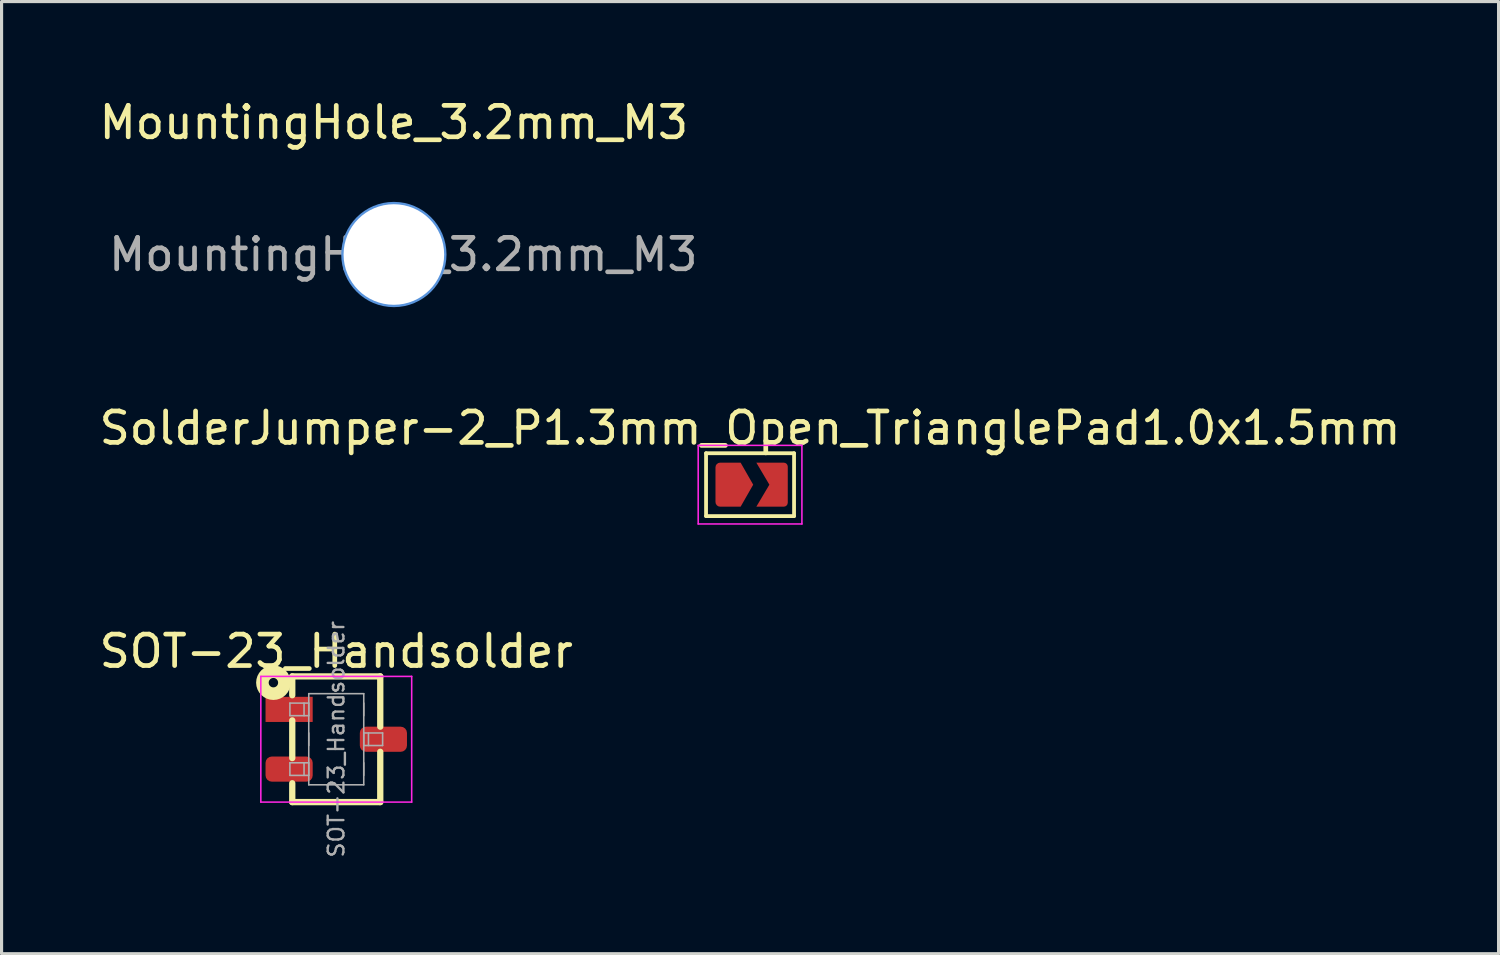
<source format=kicad_pcb>
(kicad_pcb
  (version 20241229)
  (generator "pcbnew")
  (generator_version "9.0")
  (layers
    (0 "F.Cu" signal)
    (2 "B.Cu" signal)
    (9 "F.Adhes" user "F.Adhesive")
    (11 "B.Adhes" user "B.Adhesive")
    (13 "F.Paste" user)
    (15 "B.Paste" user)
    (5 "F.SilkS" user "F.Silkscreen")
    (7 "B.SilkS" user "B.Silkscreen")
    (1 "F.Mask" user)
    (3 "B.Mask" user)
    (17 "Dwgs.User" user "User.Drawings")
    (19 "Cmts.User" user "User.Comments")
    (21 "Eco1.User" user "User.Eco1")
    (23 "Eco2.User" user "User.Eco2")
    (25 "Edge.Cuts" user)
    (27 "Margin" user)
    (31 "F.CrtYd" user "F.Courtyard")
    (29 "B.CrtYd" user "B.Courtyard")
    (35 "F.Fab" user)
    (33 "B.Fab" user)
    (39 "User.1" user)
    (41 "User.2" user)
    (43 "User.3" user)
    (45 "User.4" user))
  (footprint "SOT-23_Handsolder"
    (layer "F.Cu")
    (at 7.649 20.471)
    (property "Reference" "SOT-23_Handsolder" (at 0 -2.8 0) (layer "F.SilkS") (effects (font (size 1 1) (thickness 0.15))))
    (attr smd)
    (fp_line (start -1.4 -2) (end -1.4 -1.4) (stroke (width 0.2) (type solid)) (layer "F.SilkS"))
    (fp_line (start -1.4 0.6) (end -1.4 -0.6) (stroke (width 0.2) (type solid)) (layer "F.SilkS"))
    (fp_line (start -1.4 2) (end -1.4 1.4) (stroke (width 0.2) (type solid)) (layer "F.SilkS"))
    (fp_line (start 1.4 -2) (end -1.4 -2) (stroke (width 0.2) (type solid)) (layer "F.SilkS"))
    (fp_line (start 1.4 -2) (end 1.4 -0.4) (stroke (width 0.2) (type solid)) (layer "F.SilkS"))
    (fp_line (start 1.4 0.4) (end 1.4 2) (stroke (width 0.2) (type solid)) (layer "F.SilkS"))
    (fp_line (start 1.4 2) (end -1.4 2) (stroke (width 0.2) (type solid)) (layer "F.SilkS"))
    (fp_circle (center -2 -1.8) (end -1.85 -1.8) (stroke (width 0.4) (type solid)) (fill no) (layer "F.SilkS"))
    (fp_line (start -2.4 -2) (end 2.4 -2) (stroke (width 0.05) (type solid)) (layer "F.CrtYd"))
    (fp_line (start -2.4 2) (end -2.4 -2) (stroke (width 0.05) (type solid)) (layer "F.CrtYd"))
    (fp_line (start 2.4 -2) (end 2.4 2) (stroke (width 0.05) (type solid)) (layer "F.CrtYd"))
    (fp_line (start 2.4 2) (end -2.4 2) (stroke (width 0.05) (type solid)) (layer "F.CrtYd"))
    (fp_line (start -1.475 0.75) (end -0.875 0.75) (stroke (width 0.05) (type solid)) (layer "F.Fab"))
    (fp_line (start -1.475 1.15) (end -1.475 0.75) (stroke (width 0.05) (type solid)) (layer "F.Fab"))
    (fp_line (start -1.475 -1.15) (end -0.875 -1.15) (stroke (width 0.05) (type solid)) (layer "F.Fab"))
    (fp_line (start -1.475 -0.75) (end -1.475 -1.15) (stroke (width 0.05) (type solid)) (layer "F.Fab"))
    (fp_line (start -1.025 -1.15) (end -1.025 -0.75) (stroke (width 0.05) (type solid)) (layer "F.Fab"))
    (fp_line (start -1.025 0.75) (end -1.025 1.15) (stroke (width 0.05) (type solid)) (layer "F.Fab"))
    (fp_line (start -0.875 -1.45) (end -0.875 1.45) (stroke (width 0.05) (type solid)) (layer "F.Fab"))
    (fp_line (start -0.875 -1.15) (end -0.875 -0.75) (stroke (width 0.05) (type solid)) (layer "F.Fab"))
    (fp_line (start -0.875 -0.75) (end -1.475 -0.75) (stroke (width 0.05) (type solid)) (layer "F.Fab"))
    (fp_line (start -0.875 -0.2) (end -0.875 0.2) (stroke (width 0.05) (type solid)) (layer "F.Fab"))
    (fp_line (start -0.875 0.75) (end -0.875 1.15) (stroke (width 0.05) (type solid)) (layer "F.Fab"))
    (fp_line (start -0.875 1.15) (end -1.475 1.15) (stroke (width 0.05) (type solid)) (layer "F.Fab"))
    (fp_line (start -0.875 1.45) (end 0.875 1.45) (stroke (width 0.05) (type solid)) (layer "F.Fab"))
    (fp_line (start 0.875 -1.45) (end -0.875 -1.45) (stroke (width 0.05) (type solid)) (layer "F.Fab"))
    (fp_line (start 0.875 -1.15) (end 0.875 -0.75) (stroke (width 0.05) (type solid)) (layer "F.Fab"))
    (fp_line (start 0.875 -0.2) (end 0.875 0.2) (stroke (width 0.05) (type solid)) (layer "F.Fab"))
    (fp_line (start 0.875 0.2) (end 1.475 0.2) (stroke (width 0.05) (type solid)) (layer "F.Fab"))
    (fp_line (start 0.875 0.75) (end 0.875 1.15) (stroke (width 0.05) (type solid)) (layer "F.Fab"))
    (fp_line (start 0.875 1.45) (end 0.875 -1.45) (stroke (width 0.05) (type solid)) (layer "F.Fab"))
    (fp_line (start 1.025 -0.2) (end 1.025 0.2) (stroke (width 0.05) (type solid)) (layer "F.Fab"))
    (fp_line (start 1.475 -0.2) (end 0.875 -0.2) (stroke (width 0.05) (type solid)) (layer "F.Fab"))
    (fp_line (start 1.475 0.2) (end 1.475 -0.2) (stroke (width 0.05) (type solid)) (layer "F.Fab"))
    (fp_text user "${REFERENCE}" (at 0 0 90) (layer "F.Fab") (effects (font (size 0.5 0.5) (thickness 0.075))))
    (pad "1" smd rect (at -1.5 -0.95) (size 1.5 0.8) (layers "F.Cu" "F.Mask" "F.Paste"))
    (pad "2" smd roundrect (at -1.5 0.95) (size 1.5 0.8) (layers "F.Cu" "F.Mask" "F.Paste") (roundrect_rratio 0.25))
    (pad "3" smd roundrect (at 1.5 0) (size 1.5 0.8) (layers "F.Cu" "F.Mask" "F.Paste") (roundrect_rratio 0.25)))
  (footprint "MountingHole_3.2mm_M3"
    (layer "F.Cu")
    (at 9.482 5.048)
    (property "Reference" "MountingHole_3.2mm_M3" (at 0 -4.2 0) (layer "F.SilkS") (effects (font (size 1 1) (thickness 0.15))))
    (attr exclude_from_pos_files exclude_from_bom)
    (fp_circle (center 0 0) (end 1.6 0) (stroke (width 0.15) (type solid)) (fill no) (layer "Cmts.User"))
    (fp_circle (center 0 0) (end 1.5 0) (stroke (width 0.05) (type solid)) (fill no) (layer "F.CrtYd"))
    (fp_text user "${REFERENCE}" (at 0.3 0 0) (layer "F.Fab") (effects (font (size 1 1) (thickness 0.15))))
    (pad "" np_thru_hole circle (at 0 0) (size 3.2 3.2) (drill 3.2) (layers "*.Cu" "*.Mask")))
  (footprint "SolderJumper-2_P1.3mm_Open_TrianglePad1.0x1.5mm"
    (layer "F.Cu")
    (at 20.815 12.371)
    (property "Reference" "SolderJumper-2_P1.3mm_Open_TrianglePad1.0x1.5mm" (at 0 -1.8 180) (layer "F.SilkS") (effects (font (size 1 1) (thickness 0.15))))
    (attr exclude_from_pos_files exclude_from_bom)
    (fp_line (start -1.4 -1) (end 1.4 -1) (stroke (width 0.12) (type solid)) (layer "F.SilkS"))
    (fp_line (start -1.4 1) (end -1.4 -1) (stroke (width 0.12) (type solid)) (layer "F.SilkS"))
    (fp_line (start 1.4 -1) (end 1.4 1) (stroke (width 0.12) (type solid)) (layer "F.SilkS"))
    (fp_line (start 1.4 1) (end -1.4 1) (stroke (width 0.12) (type solid)) (layer "F.SilkS"))
    (fp_line (start -1.65 -1.25) (end -1.65 1.25) (stroke (width 0.05) (type solid)) (layer "F.CrtYd"))
    (fp_line (start -1.65 -1.25) (end 1.65 -1.25) (stroke (width 0.05) (type solid)) (layer "F.CrtYd"))
    (fp_line (start 1.65 1.25) (end -1.65 1.25) (stroke (width 0.05) (type solid)) (layer "F.CrtYd"))
    (fp_line (start 1.65 1.25) (end 1.65 -1.25) (stroke (width 0.05) (type solid)) (layer "F.CrtYd"))
    (pad "1" smd custom (at -0.804 0) (size 0.592 1.4) (layers "F.Cu" "F.Mask") (options (anchor circle)) (primitives (gr_poly (pts (xy 0.904 0) (xy 0.504 0.7) (xy -0.16 0.7) (xy -0.16 -0.7) (xy 0.504 -0.7)) (width 0) (fill yes)) (gr_poly (pts (xy -0.296 -0.552) (xy -0.285 -0.609) (xy -0.253 -0.657) (xy -0.205 -0.689) (xy -0.148 -0.7) (xy 0.148 -0.7) (xy 0.205 -0.689) (xy 0.253 -0.657) (xy 0.285 -0.609) (xy 0.296 -0.552) (xy 0.296 0.552) (xy 0.285 0.609) (xy 0.253 0.657) (xy 0.205 0.689) (xy 0.148 0.7) (xy -0.148 0.7) (xy -0.205 0.689) (xy -0.253 0.657) (xy -0.285 0.609) (xy -0.296 0.552)) (width 0) (fill yes))))
    (pad "2" smd custom (at 0.95 0) (size 0.5 1.4) (layers "F.Cu" "F.Mask") (options (anchor circle)) (primitives (gr_poly (pts (xy -0.25 -0.575) (xy -0.24 -0.623) (xy -0.213 -0.663) (xy -0.173 -0.69) (xy -0.125 -0.7) (xy 0.125 -0.7) (xy 0.173 -0.69) (xy 0.213 -0.663) (xy 0.24 -0.623) (xy 0.25 -0.575) (xy 0.25 0.575) (xy 0.24 0.623) (xy 0.213 0.663) (xy 0.173 0.69) (xy 0.125 0.7) (xy -0.125 0.7) (xy -0.173 0.69) (xy -0.213 0.663) (xy -0.24 0.623) (xy -0.25 0.575)) (width 0) (fill yes)) (gr_poly (pts (xy -0.05 0.7) (xy -0.75 0.7) (xy -0.335 0) (xy -0.75 -0.7) (xy -0.05 -0.7)) (width 0) (fill yes)))))
  (gr_rect
    (start -3 -3)
    (end 44.631 27.295)
    (stroke (width 0.1) (type default))
    (fill no)
    (layer "Edge.Cuts")))
</source>
